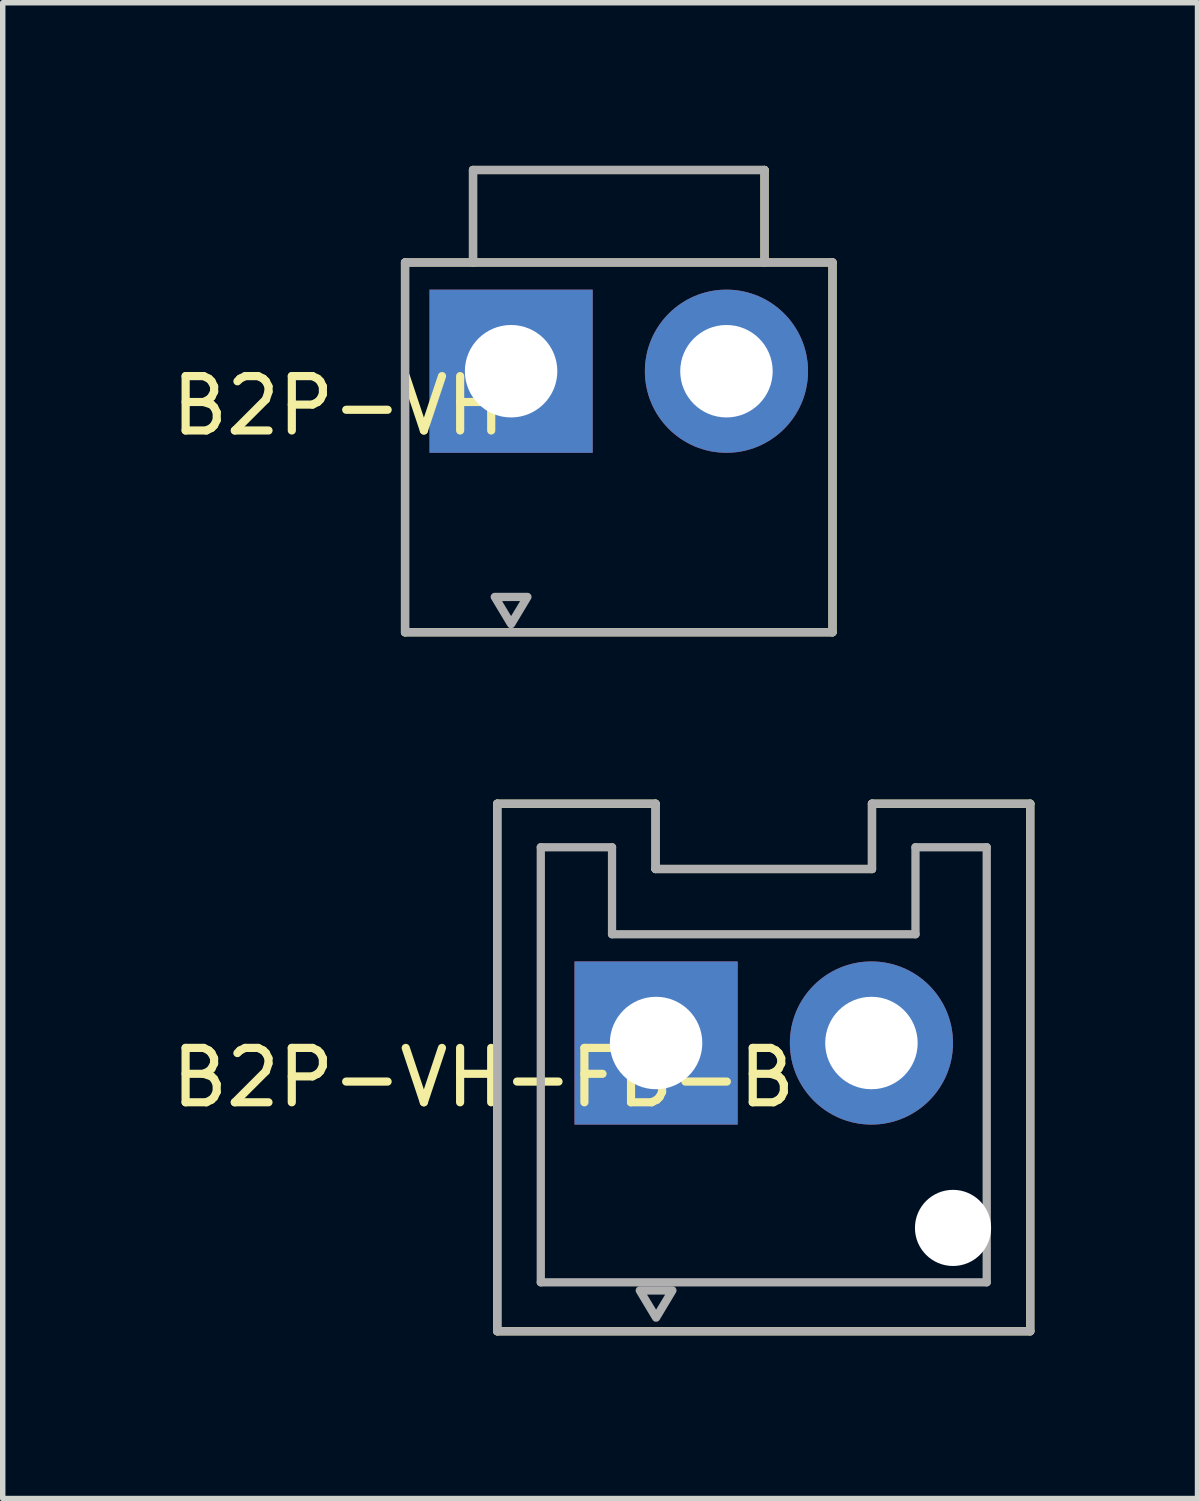
<source format=kicad_pcb>
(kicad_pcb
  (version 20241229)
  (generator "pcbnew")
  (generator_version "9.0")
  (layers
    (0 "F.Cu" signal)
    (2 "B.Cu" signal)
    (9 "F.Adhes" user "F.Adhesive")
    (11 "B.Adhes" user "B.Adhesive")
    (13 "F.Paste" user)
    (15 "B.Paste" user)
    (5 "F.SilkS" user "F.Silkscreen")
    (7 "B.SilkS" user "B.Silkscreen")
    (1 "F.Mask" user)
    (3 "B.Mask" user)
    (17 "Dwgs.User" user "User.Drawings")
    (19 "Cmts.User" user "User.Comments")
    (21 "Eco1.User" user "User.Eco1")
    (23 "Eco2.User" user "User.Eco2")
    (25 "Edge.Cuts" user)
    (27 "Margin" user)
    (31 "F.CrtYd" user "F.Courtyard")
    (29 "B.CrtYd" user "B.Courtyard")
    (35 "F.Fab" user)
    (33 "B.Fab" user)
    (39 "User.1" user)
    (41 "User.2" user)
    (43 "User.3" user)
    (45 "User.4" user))
  (footprint "B2P-VH"
    (layer "F.Cu")
    (at 8.328 3.776)
    (property "Reference" "B2P-VH" (at -5.155 0.635 180) (layer "F.SilkS") (effects (font (size 1 1) (thickness 0.15))))
    (attr through_hole)
    (fp_line (start -3.93 -2) (end 3.93 -2) (stroke (width 0.152) (type solid)) (layer "F.SilkS"))
    (fp_line (start -3.93 4.8) (end -3.93 -2) (stroke (width 0.152) (type solid)) (layer "F.SilkS"))
    (fp_line (start -2.68 -3.7) (end -2.68 -2) (stroke (width 0.152) (type solid)) (layer "F.SilkS"))
    (fp_line (start -2.68 -3.7) (end 2.68 -3.7) (stroke (width 0.152) (type solid)) (layer "F.SilkS"))
    (fp_line (start 2.68 -3.7) (end 2.68 -2) (stroke (width 0.152) (type solid)) (layer "F.SilkS"))
    (fp_line (start 3.93 -2) (end 3.93 4.8) (stroke (width 0.152) (type solid)) (layer "F.SilkS"))
    (fp_line (start 3.93 4.8) (end -3.93 4.8) (stroke (width 0.152) (type solid)) (layer "F.SilkS"))
    (fp_line (start -3.93 -2) (end -2.68 -2) (stroke (width 0.152) (type solid)) (layer "F.Fab"))
    (fp_line (start -3.93 4.8) (end -3.93 -2) (stroke (width 0.152) (type solid)) (layer "F.Fab"))
    (fp_line (start -2.68 -3.7) (end -2.68 -2) (stroke (width 0.152) (type solid)) (layer "F.Fab"))
    (fp_line (start -2.68 -3.7) (end 2.68 -3.7) (stroke (width 0.152) (type solid)) (layer "F.Fab"))
    (fp_line (start -2.68 -2) (end 2.68 -2) (stroke (width 0.152) (type solid)) (layer "F.Fab"))
    (fp_line (start 2.68 -3.7) (end 2.68 -2) (stroke (width 0.152) (type solid)) (layer "F.Fab"))
    (fp_line (start 2.68 -2) (end 3.93 -2) (stroke (width 0.152) (type solid)) (layer "F.Fab"))
    (fp_line (start 3.93 -2) (end 3.93 4.8) (stroke (width 0.152) (type solid)) (layer "F.Fab"))
    (fp_line (start 3.93 4.8) (end -3.93 4.8) (stroke (width 0.152) (type solid)) (layer "F.Fab"))
    (fp_poly (pts (xy -1.98 4.65) (xy -2.28 4.15) (xy -1.68 4.15)) (stroke (width 0.152) (type solid)) (fill no) (layer "F.Fab"))
    (fp_poly (pts (xy -2.55 -0.57) (xy -1.41 -0.57) (xy -1.41 0.57) (xy -2.55 0.57)) (stroke (width 0.01) (type solid)) (fill no) (layer "F.Fab"))
    (fp_poly (pts (xy 1.41 -0.57) (xy 2.55 -0.57) (xy 2.55 0.57) (xy 1.41 0.57)) (stroke (width 0.01) (type solid)) (fill no) (layer "F.Fab"))
    (pad "1" thru_hole rect (at -1.98 0) (size 3 3) (drill 1.7) (layers "*.Cu" "*.Mask"))
    (pad "2" thru_hole circle (at 1.98 0) (size 3 3) (drill 1.7) (layers "*.Cu" "*.Mask")))
  (footprint "B2P-VH-FB-B"
    (layer "F.Cu")
    (at 10.994 16.129)
    (property "Reference" "B2P-VH-FB-B" (at -5.155 0.635 180) (layer "F.SilkS") (effects (font (size 1 1) (thickness 0.15))))
    (attr through_hole)
    (fp_line (start -4.9 -4.4) (end -1.99 -4.4) (stroke (width 0.152) (type solid)) (layer "F.SilkS"))
    (fp_line (start -4.9 5.3) (end -4.9 -4.4) (stroke (width 0.152) (type solid)) (layer "F.SilkS"))
    (fp_line (start -1.99 -3.2) (end -1.99 -4.4) (stroke (width 0.152) (type solid)) (layer "F.SilkS"))
    (fp_line (start -1.99 -3.2) (end 1.99 -3.2) (stroke (width 0.152) (type solid)) (layer "F.SilkS"))
    (fp_line (start 1.99 -4.4) (end 4.9 -4.4) (stroke (width 0.152) (type solid)) (layer "F.SilkS"))
    (fp_line (start 1.99 -3.2) (end 1.99 -4.4) (stroke (width 0.152) (type solid)) (layer "F.SilkS"))
    (fp_line (start 4.9 -4.4) (end 4.9 5.3) (stroke (width 0.152) (type solid)) (layer "F.SilkS"))
    (fp_line (start 4.9 5.3) (end -4.9 5.3) (stroke (width 0.152) (type solid)) (layer "F.SilkS"))
    (fp_line (start -4.9 -4.4) (end -1.99 -4.4) (stroke (width 0.152) (type solid)) (layer "F.Fab"))
    (fp_line (start -4.9 5.3) (end -4.9 -4.4) (stroke (width 0.152) (type solid)) (layer "F.Fab"))
    (fp_line (start -4.1 -3.6) (end -2.79 -3.6) (stroke (width 0.152) (type solid)) (layer "F.Fab"))
    (fp_line (start -4.1 4.4) (end -4.1 -3.6) (stroke (width 0.152) (type solid)) (layer "F.Fab"))
    (fp_line (start -2.79 -3.6) (end -2.79 -2) (stroke (width 0.152) (type solid)) (layer "F.Fab"))
    (fp_line (start -2.79 -2) (end 2.79 -2) (stroke (width 0.152) (type solid)) (layer "F.Fab"))
    (fp_line (start -1.99 -3.2) (end -1.99 -4.4) (stroke (width 0.152) (type solid)) (layer "F.Fab"))
    (fp_line (start -1.99 -3.2) (end 1.99 -3.2) (stroke (width 0.152) (type solid)) (layer "F.Fab"))
    (fp_line (start 1.99 -4.4) (end 4.9 -4.4) (stroke (width 0.152) (type solid)) (layer "F.Fab"))
    (fp_line (start 1.99 -3.2) (end 1.99 -4.4) (stroke (width 0.152) (type solid)) (layer "F.Fab"))
    (fp_line (start 2.79 -3.6) (end 4.1 -3.6) (stroke (width 0.152) (type solid)) (layer "F.Fab"))
    (fp_line (start 2.79 -2) (end 2.79 -3.6) (stroke (width 0.152) (type solid)) (layer "F.Fab"))
    (fp_line (start 4.1 -3.6) (end 4.1 4.4) (stroke (width 0.152) (type solid)) (layer "F.Fab"))
    (fp_line (start 4.1 4.4) (end -4.1 4.4) (stroke (width 0.152) (type solid)) (layer "F.Fab"))
    (fp_line (start 4.9 -4.4) (end 4.9 5.3) (stroke (width 0.152) (type solid)) (layer "F.Fab"))
    (fp_line (start 4.9 5.3) (end -4.9 5.3) (stroke (width 0.152) (type solid)) (layer "F.Fab"))
    (fp_poly (pts (xy -1.98 5.05) (xy -2.28 4.55) (xy -1.68 4.55)) (stroke (width 0.152) (type solid)) (fill no) (layer "F.Fab"))
    (fp_poly (pts (xy -2.55 -0.57) (xy -1.41 -0.57) (xy -1.41 0.57) (xy -2.55 0.57)) (stroke (width 0.01) (type solid)) (fill no) (layer "F.Fab"))
    (fp_poly (pts (xy 1.41 -0.57) (xy 2.55 -0.57) (xy 2.55 0.57) (xy 1.41 0.57)) (stroke (width 0.01) (type solid)) (fill no) (layer "F.Fab"))
    (pad "" np_thru_hole circle (at 3.48 3.4) (size 1.4 1.4) (drill 1.4) (layers "*.Cu" "*.Mask"))
    (pad "1" thru_hole rect (at -1.98 0) (size 3 3) (drill 1.7) (layers "*.Cu" "*.Mask"))
    (pad "2" thru_hole circle (at 1.98 0) (size 3 3) (drill 1.7) (layers "*.Cu" "*.Mask")))
  (gr_rect
    (start -3 -3)
    (end 18.97 24.505)
    (stroke (width 0.1) (type default))
    (fill no)
    (layer "Edge.Cuts")))
</source>
